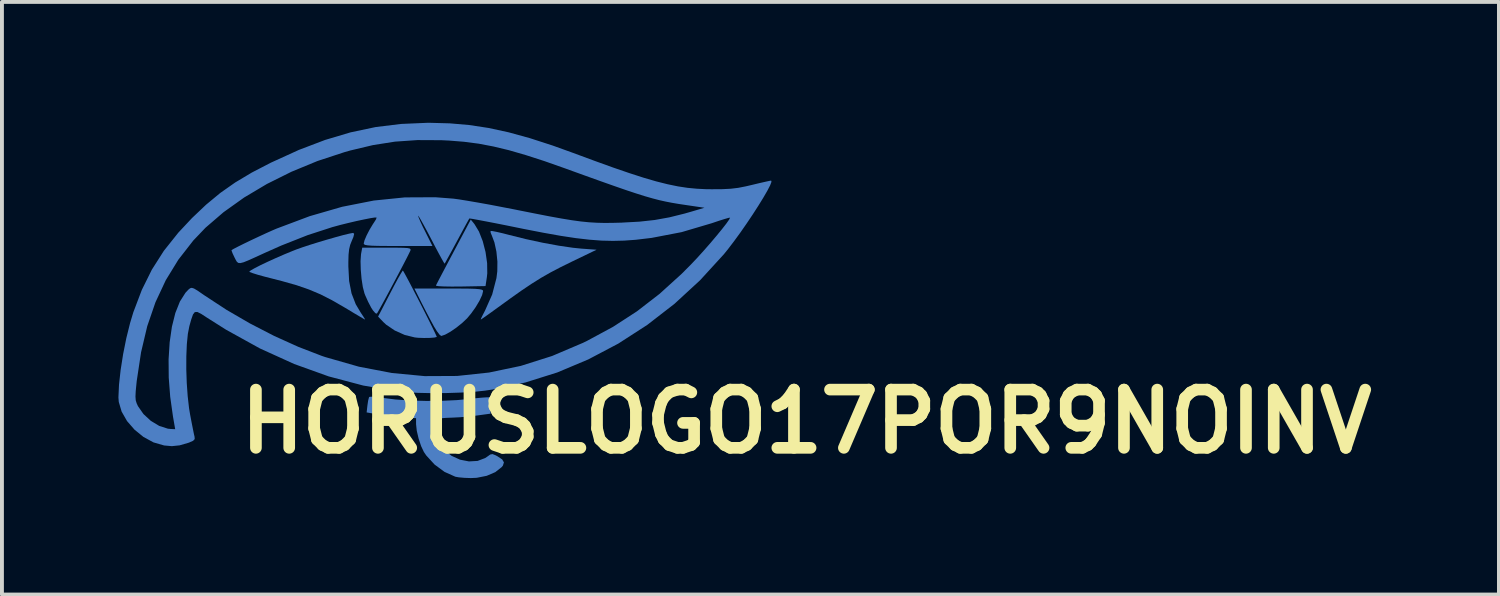
<source format=kicad_pcb>
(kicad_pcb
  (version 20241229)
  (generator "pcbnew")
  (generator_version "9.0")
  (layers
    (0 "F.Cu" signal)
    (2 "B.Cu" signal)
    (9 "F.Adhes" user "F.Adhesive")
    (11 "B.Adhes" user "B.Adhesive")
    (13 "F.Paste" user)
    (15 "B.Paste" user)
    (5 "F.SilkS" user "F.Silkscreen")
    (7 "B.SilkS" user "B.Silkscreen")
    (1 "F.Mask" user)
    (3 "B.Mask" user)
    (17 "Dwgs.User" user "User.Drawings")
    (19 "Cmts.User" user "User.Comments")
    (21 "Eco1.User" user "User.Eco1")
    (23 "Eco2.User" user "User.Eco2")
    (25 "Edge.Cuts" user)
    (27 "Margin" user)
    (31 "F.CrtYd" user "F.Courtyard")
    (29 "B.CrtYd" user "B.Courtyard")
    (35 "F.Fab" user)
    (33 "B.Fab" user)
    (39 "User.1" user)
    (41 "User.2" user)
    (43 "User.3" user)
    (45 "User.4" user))
  (footprint "HORUSLOGO17POR9NOINV"
    (layer "F.Cu")
    (at 8.34 4.676)
    (property "Reference" "HORUSLOGO17POR9NOINV" (at 9.38 3.13 0) (layer "F.SilkS") (effects (font (size 1.5 1.5) (thickness 0.3))))
    (attr board_only exclude_from_pos_files exclude_from_bom)
    (fp_poly (pts (xy 0.831 -1.952) (xy 0.946 -1.762) (xy 1.043 -1.515) (xy 1.115 -1.236) (xy 1.156 -0.951) (xy 1.16 -0.686) (xy 1.15 -0.59) (xy 1.115 -0.358) (xy 0.469 -0.346) (xy 0.237 -0.345) (xy 0.047 -0.348) (xy -0.088 -0.355) (xy -0.156 -0.366) (xy -0.162 -0.373) (xy -0.139 -0.419) (xy -0.082 -0.529) (xy 0.003 -0.691) (xy 0.11 -0.894) (xy 0.233 -1.126) (xy 0.294 -1.241) (xy 0.735 -2.071)) (stroke (width 0) (type solid)) (fill yes) (layer "B.Cu"))
    (fp_poly (pts (xy -0.991 -0.723) (xy -0.937 -0.625) (xy -0.858 -0.478) (xy -0.762 -0.294) (xy -0.655 -0.087) (xy -0.543 0.131) (xy -0.433 0.348) (xy -0.332 0.549) (xy -0.246 0.723) (xy -0.182 0.856) (xy -0.146 0.935) (xy -0.14 0.952) (xy -0.204 0.968) (xy -0.324 0.977) (xy -0.472 0.979) (xy -0.619 0.974) (xy -0.706 0.965) (xy -0.966 0.901) (xy -1.223 0.786) (xy -1.443 0.637) (xy -1.511 0.574) (xy -1.652 0.428) (xy -1.345 -0.165) (xy -1.24 -0.366) (xy -1.147 -0.539) (xy -1.073 -0.669) (xy -1.026 -0.744) (xy -1.014 -0.758)) (stroke (width 0) (type solid)) (fill yes) (layer "B.Cu"))
    (fp_poly (pts (xy 0.466 -0.294) (xy 0.69 -0.292) (xy 0.85 -0.287) (xy 0.956 -0.278) (xy 1.018 -0.265) (xy 1.047 -0.248) (xy 1.053 -0.23) (xy 1.027 -0.126) (xy 0.959 0.02) (xy 0.86 0.186) (xy 0.743 0.35) (xy 0.639 0.474) (xy 0.512 0.594) (xy 0.362 0.714) (xy 0.21 0.818) (xy 0.075 0.893) (xy -0.021 0.926) (xy -0.028 0.926) (xy -0.071 0.892) (xy -0.139 0.802) (xy -0.217 0.675) (xy -0.223 0.663) (xy -0.313 0.497) (xy -0.42 0.293) (xy -0.524 0.091) (xy -0.543 0.053) (xy -0.717 -0.295) (xy 0.168 -0.295)) (stroke (width 0) (type solid)) (fill yes) (layer "B.Cu"))
    (fp_poly (pts (xy -1.182 -1.347) (xy -1.011 -1.344) (xy -0.901 -1.338) (xy -0.84 -1.326) (xy -0.816 -1.307) (xy -0.817 -1.281) (xy -0.819 -1.274) (xy -0.85 -1.209) (xy -0.911 -1.087) (xy -0.997 -0.921) (xy -1.1 -0.724) (xy -1.212 -0.512) (xy -1.327 -0.296) (xy -1.437 -0.091) (xy -1.535 0.09) (xy -1.614 0.233) (xy -1.667 0.325) (xy -1.684 0.352) (xy -1.722 0.34) (xy -1.783 0.27) (xy -1.827 0.203) (xy -1.909 0.046) (xy -1.984 -0.121) (xy -2.003 -0.17) (xy -2.045 -0.332) (xy -2.078 -0.546) (xy -2.098 -0.779) (xy -2.104 -0.999) (xy -2.092 -1.174) (xy -2.089 -1.195) (xy -2.06 -1.348) (xy -1.426 -1.348)) (stroke (width 0) (type solid)) (fill yes) (layer "B.Cu"))
    (fp_poly (pts (xy 1.29 -1.775) (xy 1.4 -1.754) (xy 1.557 -1.718) (xy 1.716 -1.677) (xy 2.158 -1.567) (xy 2.593 -1.473) (xy 3.002 -1.398) (xy 3.364 -1.345) (xy 3.578 -1.323) (xy 3.975 -1.294) (xy 3.346 -0.991) (xy 3.051 -0.846) (xy 2.791 -0.71) (xy 2.549 -0.572) (xy 2.306 -0.42) (xy 2.045 -0.245) (xy 1.747 -0.034) (xy 1.546 0.112) (xy 1.362 0.245) (xy 1.203 0.36) (xy 1.081 0.446) (xy 1.007 0.496) (xy 0.992 0.505) (xy 1.002 0.472) (xy 1.044 0.385) (xy 1.1 0.278) (xy 1.286 -0.14) (xy 1.396 -0.562) (xy 1.418 -0.737) (xy 1.421 -0.988) (xy 1.395 -1.247) (xy 1.344 -1.483) (xy 1.282 -1.648) (xy 1.247 -1.732) (xy 1.244 -1.778)) (stroke (width 0) (type solid)) (fill yes) (layer "B.Cu"))
    (fp_poly (pts (xy -2.269 -1.701) (xy -2.289 -1.619) (xy -2.328 -1.527) (xy -2.371 -1.419) (xy -2.398 -1.306) (xy -2.413 -1.165) (xy -2.418 -0.973) (xy -2.418 -0.864) (xy -2.398 -0.488) (xy -2.336 -0.17) (xy -2.228 0.109) (xy -2.101 0.323) (xy -2.034 0.424) (xy -1.993 0.49) (xy -1.988 0.505) (xy -2.027 0.484) (xy -2.124 0.427) (xy -2.268 0.342) (xy -2.443 0.236) (xy -2.519 0.191) (xy -2.838 0.007) (xy -3.134 -0.144) (xy -3.431 -0.269) (xy -3.751 -0.38) (xy -4.119 -0.484) (xy -4.348 -0.543) (xy -4.564 -0.598) (xy -4.746 -0.648) (xy -4.883 -0.691) (xy -4.959 -0.72) (xy -4.97 -0.729) (xy -4.933 -0.761) (xy -4.833 -0.818) (xy -4.683 -0.895) (xy -4.496 -0.984) (xy -4.287 -1.079) (xy -4.069 -1.174) (xy -3.857 -1.262) (xy -3.754 -1.302) (xy -3.602 -1.356) (xy -3.408 -1.42) (xy -3.189 -1.488) (xy -2.961 -1.556) (xy -2.741 -1.619) (xy -2.547 -1.672) (xy -2.394 -1.709) (xy -2.302 -1.726) (xy -2.291 -1.727)) (stroke (width 0) (type solid)) (fill yes) (layer "B.Cu"))
    (fp_poly (pts (xy -1.715 2.498) (xy -1.564 2.517) (xy -1.526 2.523) (xy -1.204 2.563) (xy -0.826 2.589) (xy -0.418 2.6) (xy -0.007 2.597) (xy 0.379 2.579) (xy 0.651 2.554) (xy 0.856 2.531) (xy 1.029 2.515) (xy 1.154 2.507) (xy 1.215 2.508) (xy 1.217 2.509) (xy 1.23 2.56) (xy 1.238 2.665) (xy 1.24 2.728) (xy 1.243 2.928) (xy 0.885 2.977) (xy 0.678 3.001) (xy 0.464 3.02) (xy 0.286 3.029) (xy 0.269 3.03) (xy 0.104 3.036) (xy -0.046 3.048) (xy -0.122 3.059) (xy -0.208 3.083) (xy -0.239 3.127) (xy -0.232 3.219) (xy -0.229 3.238) (xy -0.177 3.472) (xy -0.101 3.654) (xy 0.012 3.815) (xy 0.054 3.862) (xy 0.239 4.013) (xy 0.457 4.113) (xy 0.688 4.158) (xy 0.911 4.145) (xy 1.107 4.071) (xy 1.16 4.035) (xy 1.237 3.98) (xy 1.295 3.969) (xy 1.374 4) (xy 1.421 4.025) (xy 1.544 4.107) (xy 1.589 4.183) (xy 1.562 4.267) (xy 1.532 4.304) (xy 1.367 4.434) (xy 1.145 4.529) (xy 0.888 4.58) (xy 0.737 4.587) (xy 0.571 4.581) (xy 0.426 4.568) (xy 0.337 4.552) (xy 0.06 4.428) (xy -0.197 4.239) (xy -0.412 4.004) (xy -0.473 3.914) (xy -0.544 3.764) (xy -0.609 3.568) (xy -0.656 3.368) (xy -0.674 3.2) (xy -0.674 3.2) (xy -0.674 3.045) (xy -1.024 3.021) (xy -1.237 3.002) (xy -1.464 2.975) (xy -1.656 2.947) (xy -1.661 2.946) (xy -1.947 2.896) (xy -1.926 2.71) (xy -1.908 2.591) (xy -1.887 2.511) (xy -1.879 2.497) (xy -1.828 2.491)) (stroke (width 0) (type solid)) (fill yes) (layer "B.Cu"))
    (fp_poly (pts (xy 0.196 -4.549) (xy 0.694 -4.506) (xy 1.195 -4.43) (xy 1.711 -4.318) (xy 2.256 -4.168) (xy 2.846 -3.977) (xy 3.37 -3.788) (xy 3.919 -3.585) (xy 4.398 -3.412) (xy 4.818 -3.268) (xy 5.186 -3.149) (xy 5.512 -3.054) (xy 5.803 -2.981) (xy 6.069 -2.926) (xy 6.319 -2.888) (xy 6.56 -2.865) (xy 6.803 -2.853) (xy 6.95 -2.852) (xy 7.218 -2.854) (xy 7.432 -2.865) (xy 7.623 -2.888) (xy 7.821 -2.927) (xy 7.975 -2.963) (xy 8.162 -3.008) (xy 8.32 -3.044) (xy 8.43 -3.068) (xy 8.472 -3.075) (xy 8.48 -3.043) (xy 8.445 -2.952) (xy 8.373 -2.813) (xy 8.27 -2.635) (xy 8.143 -2.429) (xy 7.998 -2.204) (xy 7.841 -1.97) (xy 7.679 -1.737) (xy 7.517 -1.515) (xy 7.363 -1.313) (xy 7.255 -1.179) (xy 6.643 -0.51) (xy 5.982 0.099) (xy 5.278 0.644) (xy 4.536 1.123) (xy 3.762 1.531) (xy 2.963 1.867) (xy 2.142 2.125) (xy 1.307 2.304) (xy 1.104 2.335) (xy 0.823 2.365) (xy 0.485 2.385) (xy 0.114 2.397) (xy -0.264 2.4) (xy -0.626 2.392) (xy -0.946 2.375) (xy -1.138 2.357) (xy -2.034 2.204) (xy -2.926 1.968) (xy -3.813 1.649) (xy -4.694 1.249) (xy -5.566 0.767) (xy -6.055 0.458) (xy -6.204 0.361) (xy -6.304 0.31) (xy -6.371 0.311) (xy -6.419 0.372) (xy -6.464 0.5) (xy -6.513 0.675) (xy -6.552 0.875) (xy -6.578 1.14) (xy -6.591 1.451) (xy -6.592 1.79) (xy -6.58 2.138) (xy -6.556 2.477) (xy -6.521 2.787) (xy -6.494 2.949) (xy -6.456 3.149) (xy -6.421 3.326) (xy -6.394 3.459) (xy -6.379 3.523) (xy -6.375 3.583) (xy -6.417 3.627) (xy -6.521 3.673) (xy -6.536 3.678) (xy -6.763 3.744) (xy -6.964 3.765) (xy -7.164 3.747) (xy -7.437 3.668) (xy -7.695 3.528) (xy -7.926 3.34) (xy -8.118 3.119) (xy -8.257 2.876) (xy -8.331 2.626) (xy -8.34 2.509) (xy -8.339 2.488) (xy -7.901 2.488) (xy -7.894 2.584) (xy -7.87 2.662) (xy -7.837 2.734) (xy -7.696 2.937) (xy -7.507 3.112) (xy -7.29 3.243) (xy -7.067 3.315) (xy -6.988 3.323) (xy -6.878 3.328) (xy -6.935 3.001) (xy -7.006 2.495) (xy -7.044 2.001) (xy -7.048 1.529) (xy -7.02 1.088) (xy -6.962 0.687) (xy -6.874 0.335) (xy -6.757 0.041) (xy -6.613 -0.186) (xy -6.536 -0.268) (xy -6.493 -0.302) (xy -6.451 -0.313) (xy -6.393 -0.295) (xy -6.304 -0.242) (xy -6.166 -0.147) (xy -6.121 -0.116) (xy -5.559 0.252) (xy -4.953 0.604) (xy -4.327 0.927) (xy -3.702 1.209) (xy -3.103 1.44) (xy -3.011 1.471) (xy -2.148 1.718) (xy -1.295 1.881) (xy -0.452 1.961) (xy 0.382 1.957) (xy 1.206 1.869) (xy 2.022 1.698) (xy 2.828 1.443) (xy 3.625 1.104) (xy 3.728 1.054) (xy 4.397 0.693) (xy 5.014 0.293) (xy 5.598 -0.158) (xy 6.167 -0.674) (xy 6.405 -0.913) (xy 6.566 -1.083) (xy 6.736 -1.271) (xy 6.906 -1.465) (xy 7.065 -1.653) (xy 7.205 -1.824) (xy 7.316 -1.966) (xy 7.389 -2.07) (xy 7.414 -2.12) (xy 7.376 -2.115) (xy 7.275 -2.086) (xy 7.125 -2.039) (xy 6.942 -1.977) (xy 6.935 -1.975) (xy 6.164 -1.747) (xy 5.394 -1.599) (xy 4.981 -1.55) (xy 4.687 -1.529) (xy 4.397 -1.522) (xy 4.101 -1.529) (xy 3.786 -1.553) (xy 3.44 -1.593) (xy 3.051 -1.652) (xy 2.607 -1.731) (xy 2.097 -1.83) (xy 1.974 -1.855) (xy 1.66 -1.919) (xy 1.373 -1.976) (xy 1.125 -2.024) (xy 0.924 -2.062) (xy 0.781 -2.088) (xy 0.706 -2.099) (xy 0.698 -2.099) (xy 0.675 -2.059) (xy 0.619 -1.958) (xy 0.538 -1.809) (xy 0.439 -1.625) (xy 0.38 -1.516) (xy 0.274 -1.319) (xy 0.182 -1.15) (xy 0.111 -1.022) (xy 0.07 -0.948) (xy 0.062 -0.935) (xy 0.04 -0.966) (xy -0.014 -1.06) (xy -0.093 -1.205) (xy -0.191 -1.39) (xy -0.277 -1.555) (xy -0.386 -1.762) (xy -0.482 -1.939) (xy -0.557 -2.074) (xy -0.606 -2.155) (xy -0.622 -2.173) (xy -0.61 -2.131) (xy -0.568 -2.031) (xy -0.502 -1.889) (xy -0.444 -1.774) (xy -0.252 -1.39) (xy -1.137 -1.39) (xy -1.435 -1.391) (xy -1.659 -1.393) (xy -1.818 -1.398) (xy -1.924 -1.407) (xy -1.987 -1.419) (xy -2.016 -1.437) (xy -2.022 -1.455) (xy -2.001 -1.539) (xy -1.946 -1.667) (xy -1.869 -1.815) (xy -1.784 -1.956) (xy -1.759 -1.993) (xy -1.707 -2.075) (xy -1.69 -2.122) (xy -1.691 -2.124) (xy -1.739 -2.124) (xy -1.853 -2.106) (xy -2.015 -2.074) (xy -2.208 -2.033) (xy -2.416 -1.984) (xy -2.623 -1.933) (xy -2.81 -1.882) (xy -2.829 -1.877) (xy -3.466 -1.67) (xy -4.147 -1.401) (xy -4.57 -1.213) (xy -4.814 -1.101) (xy -4.992 -1.021) (xy -5.116 -0.971) (xy -5.2 -0.95) (xy -5.254 -0.955) (xy -5.29 -0.985) (xy -5.321 -1.038) (xy -5.35 -1.095) (xy -5.4 -1.201) (xy -5.426 -1.271) (xy -5.426 -1.284) (xy -5.373 -1.316) (xy -5.259 -1.375) (xy -5.102 -1.453) (xy -4.917 -1.542) (xy -4.721 -1.634) (xy -4.531 -1.722) (xy -4.363 -1.797) (xy -4.267 -1.838) (xy -3.412 -2.159) (xy -2.578 -2.4) (xy -1.762 -2.561) (xy -0.964 -2.642) (xy -0.179 -2.646) (xy 0.286 -2.61) (xy 0.435 -2.59) (xy 0.651 -2.555) (xy 0.919 -2.509) (xy 1.226 -2.454) (xy 1.554 -2.391) (xy 1.891 -2.326) (xy 1.938 -2.316) (xy 2.381 -2.228) (xy 2.755 -2.155) (xy 3.07 -2.098) (xy 3.337 -2.054) (xy 3.571 -2.022) (xy 3.781 -2.001) (xy 3.979 -1.989) (xy 4.179 -1.984) (xy 4.391 -1.986) (xy 4.628 -1.992) (xy 4.633 -1.993) (xy 5.078 -2.017) (xy 5.472 -2.06) (xy 5.85 -2.128) (xy 6.244 -2.226) (xy 6.432 -2.28) (xy 6.754 -2.375) (xy 6.273 -2.446) (xy 6.086 -2.474) (xy 5.915 -2.503) (xy 5.751 -2.535) (xy 5.586 -2.572) (xy 5.41 -2.618) (xy 5.215 -2.674) (xy 4.993 -2.744) (xy 4.734 -2.83) (xy 4.431 -2.935) (xy 4.075 -3.061) (xy 3.656 -3.211) (xy 3.173 -3.386) (xy 2.631 -3.577) (xy 2.151 -3.732) (xy 1.719 -3.857) (xy 1.32 -3.953) (xy 0.941 -4.025) (xy 0.567 -4.074) (xy 0.185 -4.105) (xy -0.021 -4.115) (xy -0.64 -4.118) (xy -1.217 -4.078) (xy -1.783 -3.989) (xy -2.372 -3.849) (xy -2.516 -3.808) (xy -3.213 -3.579) (xy -3.882 -3.303) (xy -4.515 -2.988) (xy -5.102 -2.639) (xy -5.632 -2.261) (xy -6.097 -1.861) (xy -6.411 -1.532) (xy -6.796 -1.038) (xy -7.12 -0.51) (xy -7.386 0.059) (xy -7.598 0.676) (xy -7.757 1.348) (xy -7.868 2.083) (xy -7.876 2.16) (xy -7.895 2.355) (xy -7.901 2.488) (xy -8.339 2.488) (xy -8.325 2.182) (xy -8.283 1.803) (xy -8.219 1.396) (xy -8.137 0.986) (xy -8.041 0.599) (xy -7.956 0.316) (xy -7.737 -0.26) (xy -7.479 -0.781) (xy -7.17 -1.266) (xy -6.798 -1.733) (xy -6.446 -2.109) (xy -6.081 -2.455) (xy -5.716 -2.757) (xy -5.331 -3.027) (xy -4.904 -3.282) (xy -4.416 -3.535) (xy -4.403 -3.541) (xy -3.692 -3.865) (xy -3.016 -4.122) (xy -2.361 -4.317) (xy -1.713 -4.454) (xy -1.058 -4.534) (xy -0.383 -4.563) (xy -0.316 -4.563)) (stroke (width 0) (type solid)) (fill yes) (layer "B.Cu"))
    (fp_poly (pts (xy 8.495 -4.619) (xy 8.5 -4.569) (xy 8.495 -4.563) (xy 8.47 -4.569) (xy 8.467 -4.591) (xy 8.482 -4.626)) (stroke (width 0.1) (type solid)) (fill no) (layer "Eco2.User")))
  (gr_rect
    (start -3 -3)
    (end 35.556 12.263)
    (stroke (width 0.1) (type default))
    (fill no)
    (layer "Edge.Cuts")))
</source>
